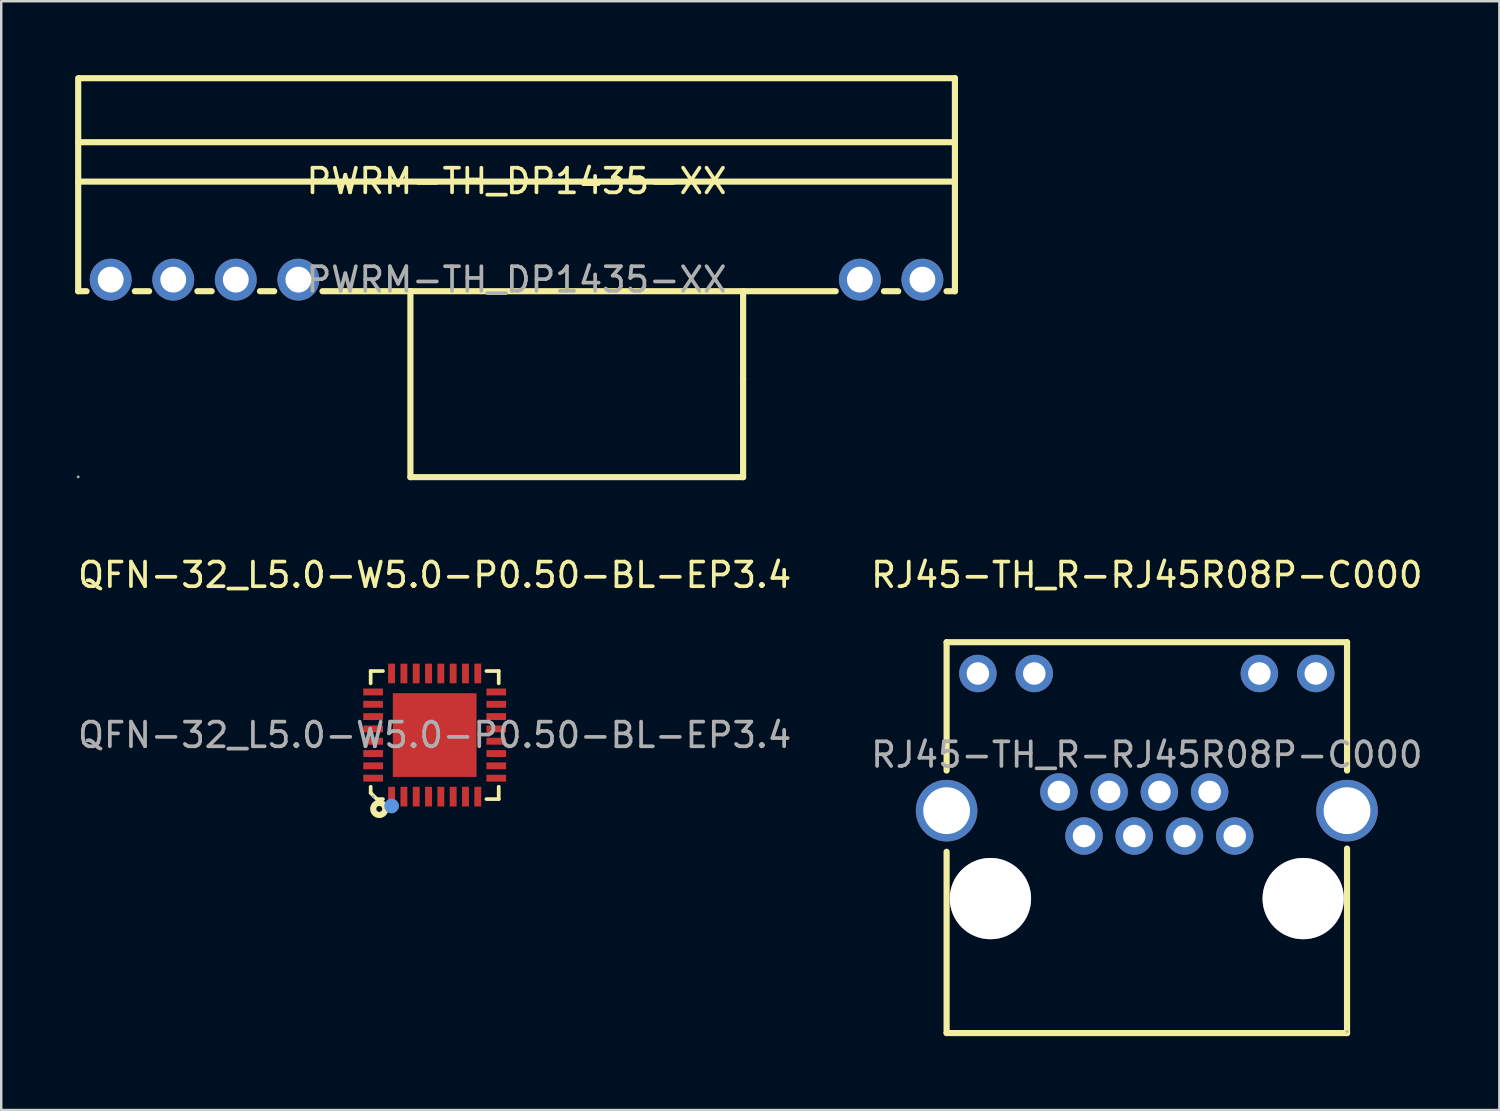
<source format=kicad_pcb>
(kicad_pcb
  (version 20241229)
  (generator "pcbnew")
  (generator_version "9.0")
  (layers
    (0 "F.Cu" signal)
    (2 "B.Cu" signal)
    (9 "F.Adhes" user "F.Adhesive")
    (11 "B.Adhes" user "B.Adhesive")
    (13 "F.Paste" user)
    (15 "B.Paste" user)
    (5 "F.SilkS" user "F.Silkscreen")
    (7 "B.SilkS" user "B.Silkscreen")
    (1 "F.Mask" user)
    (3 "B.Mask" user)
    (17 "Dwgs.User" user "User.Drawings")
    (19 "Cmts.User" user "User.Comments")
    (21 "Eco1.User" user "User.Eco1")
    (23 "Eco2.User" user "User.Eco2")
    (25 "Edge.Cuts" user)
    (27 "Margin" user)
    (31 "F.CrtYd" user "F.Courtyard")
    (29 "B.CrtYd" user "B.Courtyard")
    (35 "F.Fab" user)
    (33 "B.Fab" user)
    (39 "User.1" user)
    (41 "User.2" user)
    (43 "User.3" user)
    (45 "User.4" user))
  (footprint "PWRM-TH_DP1435-XX"
    (layer "F.Cu")
    (at 17.925 8.305)
    (property "Reference" "PWRM-TH_DP1435-XX" (at 0 -4 0) (layer "F.SilkS") (effects (font (size 1 1) (thickness 0.15))))
    (attr through_hole)
    (fp_line (start -17.8 -8.18) (end -17.8 0.47) (stroke (width 0.25) (type solid)) (layer "F.SilkS"))
    (fp_line (start -17.8 -5.58) (end 17.8 -5.58) (stroke (width 0.25) (type solid)) (layer "F.SilkS"))
    (fp_line (start -17.8 -3.98) (end 17.8 -3.98) (stroke (width 0.25) (type solid)) (layer "F.SilkS"))
    (fp_line (start -17.8 0.47) (end -17.46 0.47) (stroke (width 0.25) (type solid)) (layer "F.SilkS"))
    (fp_line (start -15.5 0.47) (end -14.92 0.47) (stroke (width 0.25) (type solid)) (layer "F.SilkS"))
    (fp_line (start -12.96 0.47) (end -12.38 0.47) (stroke (width 0.25) (type solid)) (layer "F.SilkS"))
    (fp_line (start -10.42 0.47) (end -9.84 0.47) (stroke (width 0.25) (type solid)) (layer "F.SilkS"))
    (fp_line (start -7.88 0.47) (end 12.96 0.47) (stroke (width 0.25) (type solid)) (layer "F.SilkS"))
    (fp_line (start -4.31 0.46) (end -4.31 8.02) (stroke (width 0.25) (type solid)) (layer "F.SilkS"))
    (fp_line (start -4.31 8.02) (end 9.2 8.02) (stroke (width 0.25) (type solid)) (layer "F.SilkS"))
    (fp_line (start 9.2 4.04) (end 9.2 0.46) (stroke (width 0.25) (type solid)) (layer "F.SilkS"))
    (fp_line (start 9.2 8.02) (end 9.2 4.04) (stroke (width 0.25) (type solid)) (layer "F.SilkS"))
    (fp_line (start 14.92 0.47) (end 15.5 0.47) (stroke (width 0.25) (type solid)) (layer "F.SilkS"))
    (fp_line (start 17.46 0.47) (end 17.8 0.47) (stroke (width 0.25) (type solid)) (layer "F.SilkS"))
    (fp_line (start 17.8 -8.18) (end -17.75 -8.18) (stroke (width 0.25) (type solid)) (layer "F.SilkS"))
    (fp_line (start 17.8 0.47) (end 17.8 -8.18) (stroke (width 0.25) (type solid)) (layer "F.SilkS"))
    (fp_circle (center -17.8 8.01) (end -17.77 8.01) (stroke (width 0.06) (type solid)) (fill no) (layer "F.Fab"))
    (fp_text user "${REFERENCE}" (at 0 0 0) (layer "F.Fab") (effects (font (size 1 1) (thickness 0.15))))
    (pad "1" thru_hole circle (at -16.48 0) (size 1.7 1.7) (drill 1.05) (layers "*.Cu" "*.Mask"))
    (pad "2" thru_hole circle (at -13.94 0) (size 1.7 1.7) (drill 1.05) (layers "*.Cu" "*.Mask"))
    (pad "3" thru_hole circle (at -11.4 0) (size 1.7 1.7) (drill 1.05) (layers "*.Cu" "*.Mask"))
    (pad "4" thru_hole circle (at -8.86 0) (size 1.7 1.7) (drill 1.05) (layers "*.Cu" "*.Mask"))
    (pad "5" thru_hole circle (at 13.94 0) (size 1.7 1.7) (drill 1.05) (layers "*.Cu" "*.Mask"))
    (pad "6" thru_hole circle (at 16.48 0) (size 1.7 1.7) (drill 1.05) (layers "*.Cu" "*.Mask")))
  (footprint "RJ45-TH_R-RJ45R08P-C000"
    (layer "F.Cu")
    (at 43.518 27.598)
    (property "Reference" "RJ45-TH_R-RJ45R08P-C000" (at 0 -7.3 0) (layer "F.SilkS") (effects (font (size 1 1) (thickness 0.15))))
    (attr through_hole)
    (fp_line (start -8.13 -4.57) (end -8.13 0.64) (stroke (width 0.25) (type solid)) (layer "F.SilkS"))
    (fp_line (start -8.13 3.94) (end -8.13 11.3) (stroke (width 0.25) (type solid)) (layer "F.SilkS"))
    (fp_line (start -8.13 11.3) (end 8.13 11.3) (stroke (width 0.25) (type solid)) (layer "F.SilkS"))
    (fp_line (start 8.13 -4.57) (end -8.13 -4.57) (stroke (width 0.25) (type solid)) (layer "F.SilkS"))
    (fp_line (start 8.13 0.64) (end 8.13 -4.57) (stroke (width 0.25) (type solid)) (layer "F.SilkS"))
    (fp_line (start 8.13 11.3) (end 8.13 3.81) (stroke (width 0.25) (type solid)) (layer "F.SilkS"))
    (fp_circle (center -6.35 5.84) (end -5.6 5.84) (stroke (width 1.5) (type solid)) (fill no) (layer "Cmts.User"))
    (fp_circle (center 6.35 5.84) (end 7.1 5.84) (stroke (width 1.5) (type solid)) (fill no) (layer "Cmts.User"))
    (fp_circle (center 8.13 11.24) (end 8.16 11.24) (stroke (width 0.06) (type solid)) (fill no) (layer "F.Fab"))
    (fp_text user "${REFERENCE}" (at 0 0 0) (layer "F.Fab") (effects (font (size 1 1) (thickness 0.15))))
    (pad "" thru_hole circle (at -6.35 5.84) (size 3.3 3.3) (drill 3.3) (layers "*.Cu" "*.Mask"))
    (pad "" thru_hole circle (at 6.35 5.84) (size 3.3 3.3) (drill 3.3) (layers "*.Cu" "*.Mask"))
    (pad "1" thru_hole circle (at 3.57 3.3) (size 1.52 1.52) (drill 0.914) (layers "*.Cu" "*.Mask"))
    (pad "2" thru_hole circle (at 2.55 1.51) (size 1.52 1.52) (drill 0.914) (layers "*.Cu" "*.Mask"))
    (pad "3" thru_hole circle (at 1.53 3.3) (size 1.52 1.52) (drill 0.914) (layers "*.Cu" "*.Mask"))
    (pad "4" thru_hole circle (at 0.51 1.51) (size 1.52 1.52) (drill 0.914) (layers "*.Cu" "*.Mask"))
    (pad "5" thru_hole circle (at -0.51 3.3) (size 1.52 1.52) (drill 0.914) (layers "*.Cu" "*.Mask"))
    (pad "6" thru_hole circle (at -1.53 1.51) (size 1.52 1.52) (drill 0.914) (layers "*.Cu" "*.Mask"))
    (pad "7" thru_hole circle (at -2.55 3.3) (size 1.52 1.52) (drill 0.914) (layers "*.Cu" "*.Mask"))
    (pad "8" thru_hole circle (at -3.57 1.51) (size 1.52 1.52) (drill 0.914) (layers "*.Cu" "*.Mask"))
    (pad "9" thru_hole circle (at -6.86 -3.3) (size 1.52 1.52) (drill 0.914) (layers "*.Cu" "*.Mask"))
    (pad "10" thru_hole circle (at -4.57 -3.3) (size 1.52 1.52) (drill 0.914) (layers "*.Cu" "*.Mask"))
    (pad "11" thru_hole circle (at 4.57 -3.3) (size 1.52 1.52) (drill 0.914) (layers "*.Cu" "*.Mask"))
    (pad "12" thru_hole circle (at 6.86 -3.3) (size 1.52 1.52) (drill 0.914) (layers "*.Cu" "*.Mask"))
    (pad "13" thru_hole circle (at 8.13 2.27) (size 2.5 2.5) (drill 1.9) (layers "*.Cu" "*.Mask"))
    (pad "14" thru_hole circle (at -8.13 2.27) (size 2.5 2.5) (drill 1.9) (layers "*.Cu" "*.Mask")))
  (footprint "QFN-32_L5.0-W5.0-P0.50-BL-EP3.4"
    (layer "F.Cu")
    (at 14.601 26.798)
    (property "Reference" "QFN-32_L5.0-W5.0-P0.50-BL-EP3.4" (at 0 -6.5 0) (layer "F.SilkS") (effects (font (size 1 1) (thickness 0.15))))
    (attr smd)
    (fp_line (start -2.6 -2.6) (end -2.6 -2.1) (stroke (width 0.15) (type solid)) (layer "F.SilkS"))
    (fp_line (start -2.6 -2.6) (end -2.1 -2.6) (stroke (width 0.15) (type solid)) (layer "F.SilkS"))
    (fp_line (start -2.6 2.1) (end -2.6 2.35) (stroke (width 0.15) (type solid)) (layer "F.SilkS"))
    (fp_line (start -2.6 2.35) (end -2.35 2.6) (stroke (width 0.15) (type solid)) (layer "F.SilkS"))
    (fp_line (start -2.35 2.6) (end -2.1 2.6) (stroke (width 0.15) (type solid)) (layer "F.SilkS"))
    (fp_line (start 2.6 -2.6) (end 2.1 -2.6) (stroke (width 0.15) (type solid)) (layer "F.SilkS"))
    (fp_line (start 2.6 -2.6) (end 2.6 -2.1) (stroke (width 0.15) (type solid)) (layer "F.SilkS"))
    (fp_line (start 2.6 2.6) (end 2.1 2.6) (stroke (width 0.15) (type solid)) (layer "F.SilkS"))
    (fp_line (start 2.6 2.6) (end 2.6 2.1) (stroke (width 0.15) (type solid)) (layer "F.SilkS"))
    (fp_circle (center -2.25 3) (end -2.13 3) (stroke (width 0.25) (type solid)) (fill no) (layer "F.SilkS"))
    (fp_circle (center -1.75 2.88) (end -1.6 2.88) (stroke (width 0.3) (type solid)) (fill no) (layer "Cmts.User"))
    (fp_circle (center -2.5 2.5) (end -2.47 2.5) (stroke (width 0.06) (type solid)) (fill no) (layer "F.Fab"))
    (fp_text user "${REFERENCE}" (at 0 0 0) (layer "F.Fab") (effects (font (size 1 1) (thickness 0.15))))
    (pad "1" smd rect (at -1.75 2.5) (size 0.28 0.8) (layers "F.Cu" "F.Mask" "F.Paste"))
    (pad "2" smd rect (at -1.25 2.5) (size 0.28 0.8) (layers "F.Cu" "F.Mask" "F.Paste"))
    (pad "3" smd rect (at -0.75 2.5) (size 0.28 0.8) (layers "F.Cu" "F.Mask" "F.Paste"))
    (pad "4" smd rect (at -0.25 2.5) (size 0.28 0.8) (layers "F.Cu" "F.Mask" "F.Paste"))
    (pad "5" smd rect (at 0.25 2.5) (size 0.28 0.8) (layers "F.Cu" "F.Mask" "F.Paste"))
    (pad "6" smd rect (at 0.75 2.5) (size 0.28 0.8) (layers "F.Cu" "F.Mask" "F.Paste"))
    (pad "7" smd rect (at 1.25 2.5) (size 0.28 0.8) (layers "F.Cu" "F.Mask" "F.Paste"))
    (pad "8" smd rect (at 1.75 2.5) (size 0.28 0.8) (layers "F.Cu" "F.Mask" "F.Paste"))
    (pad "9" smd rect (at 2.5 1.75) (size 0.8 0.28) (layers "F.Cu" "F.Mask" "F.Paste"))
    (pad "10" smd rect (at 2.5 1.25) (size 0.8 0.28) (layers "F.Cu" "F.Mask" "F.Paste"))
    (pad "11" smd rect (at 2.5 0.75) (size 0.8 0.28) (layers "F.Cu" "F.Mask" "F.Paste"))
    (pad "12" smd rect (at 2.5 0.25) (size 0.8 0.28) (layers "F.Cu" "F.Mask" "F.Paste"))
    (pad "13" smd rect (at 2.5 -0.25) (size 0.8 0.28) (layers "F.Cu" "F.Mask" "F.Paste"))
    (pad "14" smd rect (at 2.5 -0.75) (size 0.8 0.28) (layers "F.Cu" "F.Mask" "F.Paste"))
    (pad "15" smd rect (at 2.5 -1.25) (size 0.8 0.28) (layers "F.Cu" "F.Mask" "F.Paste"))
    (pad "16" smd rect (at 2.5 -1.75) (size 0.8 0.28) (layers "F.Cu" "F.Mask" "F.Paste"))
    (pad "17" smd rect (at 1.75 -2.5) (size 0.28 0.8) (layers "F.Cu" "F.Mask" "F.Paste"))
    (pad "18" smd rect (at 1.25 -2.5) (size 0.28 0.8) (layers "F.Cu" "F.Mask" "F.Paste"))
    (pad "19" smd rect (at 0.75 -2.5) (size 0.28 0.8) (layers "F.Cu" "F.Mask" "F.Paste"))
    (pad "20" smd rect (at 0.25 -2.5) (size 0.28 0.8) (layers "F.Cu" "F.Mask" "F.Paste"))
    (pad "21" smd rect (at -0.25 -2.5) (size 0.28 0.8) (layers "F.Cu" "F.Mask" "F.Paste"))
    (pad "22" smd rect (at -0.75 -2.5) (size 0.28 0.8) (layers "F.Cu" "F.Mask" "F.Paste"))
    (pad "23" smd rect (at -1.25 -2.5) (size 0.28 0.8) (layers "F.Cu" "F.Mask" "F.Paste"))
    (pad "24" smd rect (at -1.75 -2.5) (size 0.28 0.8) (layers "F.Cu" "F.Mask" "F.Paste"))
    (pad "25" smd rect (at -2.5 -1.75) (size 0.8 0.28) (layers "F.Cu" "F.Mask" "F.Paste"))
    (pad "26" smd rect (at -2.5 -1.25) (size 0.8 0.28) (layers "F.Cu" "F.Mask" "F.Paste"))
    (pad "27" smd rect (at -2.5 -0.75) (size 0.8 0.28) (layers "F.Cu" "F.Mask" "F.Paste"))
    (pad "28" smd rect (at -2.5 -0.25) (size 0.8 0.28) (layers "F.Cu" "F.Mask" "F.Paste"))
    (pad "29" smd rect (at -2.5 0.25) (size 0.8 0.28) (layers "F.Cu" "F.Mask" "F.Paste"))
    (pad "30" smd rect (at -2.5 0.75) (size 0.8 0.28) (layers "F.Cu" "F.Mask" "F.Paste"))
    (pad "31" smd rect (at -2.5 1.25) (size 0.8 0.28) (layers "F.Cu" "F.Mask" "F.Paste"))
    (pad "32" smd rect (at -2.5 1.75) (size 0.8 0.28) (layers "F.Cu" "F.Mask" "F.Paste"))
    (pad "33" smd rect (at 0 0 180) (size 3.4 3.4) (layers "F.Cu" "F.Mask" "F.Paste")))
  (gr_rect
    (start -3 -3)
    (end 57.833 42.023)
    (stroke (width 0.1) (type default))
    (fill no)
    (layer "Edge.Cuts")))
</source>
